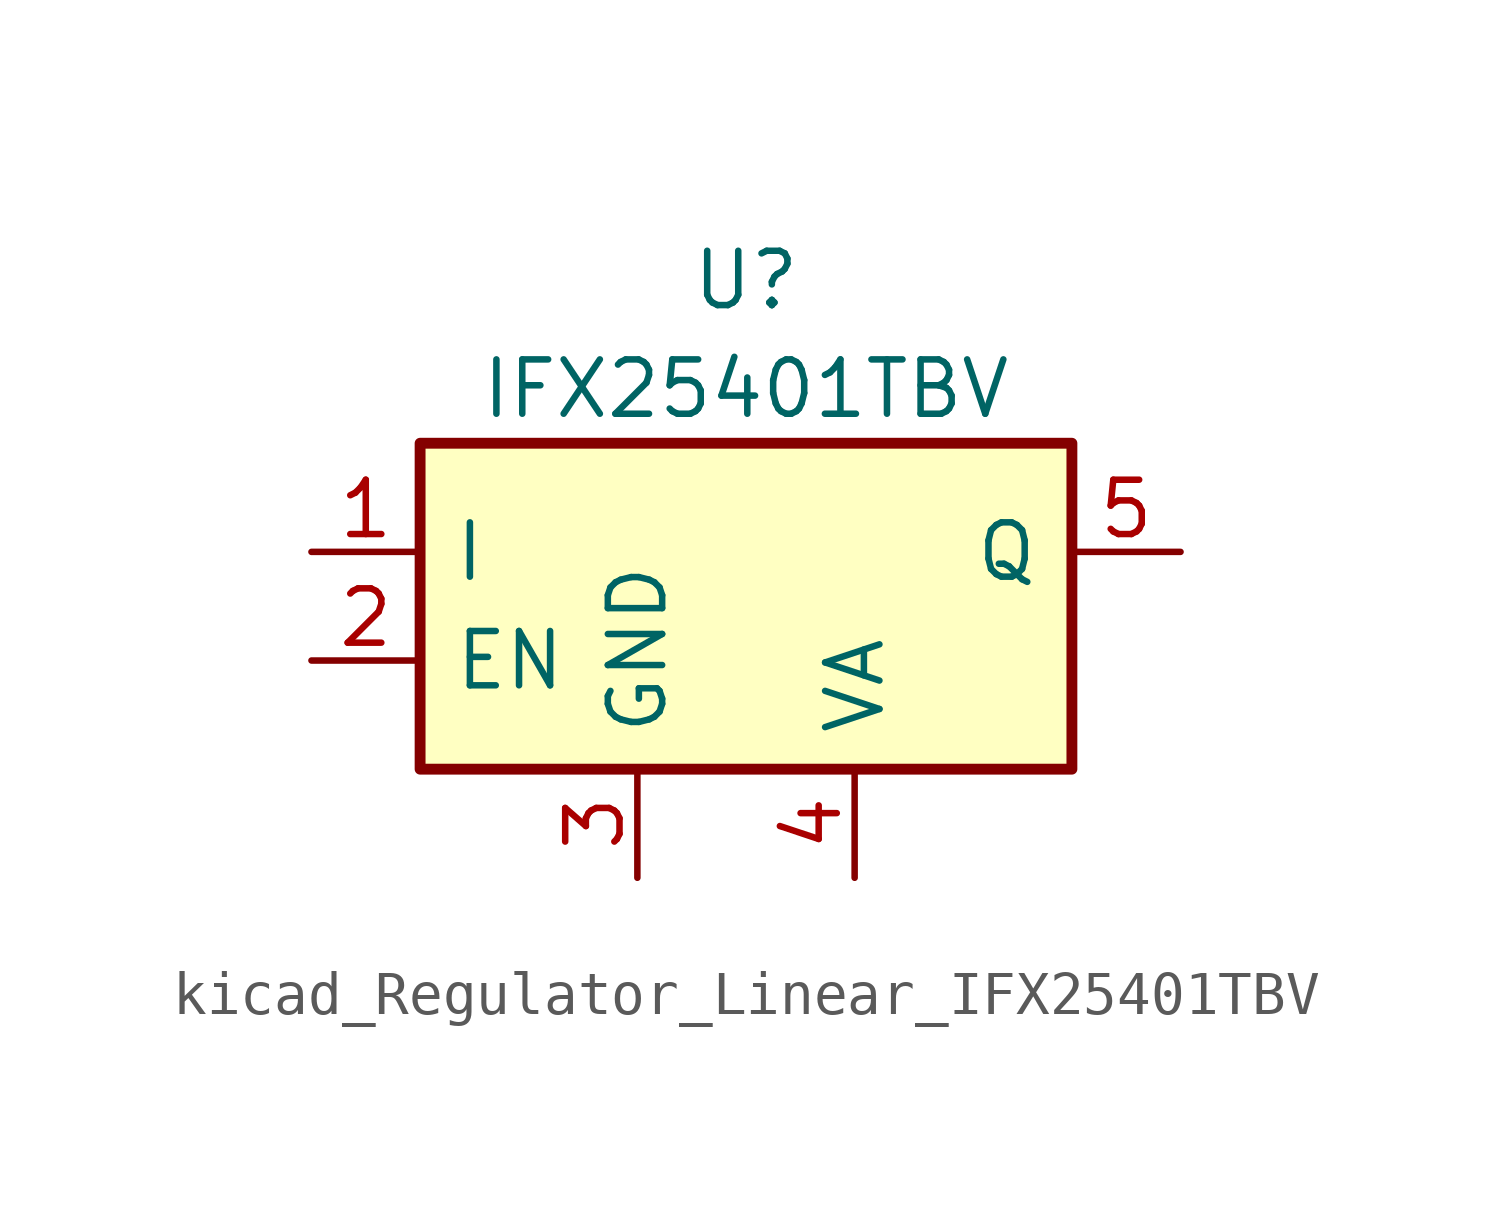
<source format=kicad_sym>
(kicad_symbol_lib
  (version 20220914)
  (generator kicad_symbol_editor)
  (symbol "kicad_Regulator_Linear_IFX25401TBV"
    (pin_names
      (offset 0.762))
    (property "Reference" "U"
      (at 0 6.35 0)
      (effects (font (size 1.27 1.27))))
    (property "Value" "IFX25401TBV"
      (at 0 3.81 0)
      (effects (font (size 1.27 1.27))))
    (symbol "kicad_Regulator_Linear_IFX25401TBV_0_1"
      (rectangle (start -7.62 2.54) (end 7.62 -5.08) (stroke (width 0.254) (type default)) (fill (type background))))
    (symbol "kicad_Regulator_Linear_IFX25401TBV_1_1"
      (pin power_in line (at -10.16 0 0) (length 2.54) (name "I" (effects (font (size 1.27 1.27)))) (number "1" (effects (font (size 1.27 1.27)))))
      (pin input line (at -10.16 -2.54 0) (length 2.54) (name "EN" (effects (font (size 1.27 1.27)))) (number "2" (effects (font (size 1.27 1.27)))))
      (pin power_in line (at -2.54 -7.62 90) (length 2.54) (name "GND" (effects (font (size 1.27 1.27)))) (number "3" (effects (font (size 1.27 1.27)))))
      (pin input line (at 2.54 -7.62 90) (length 2.54) (name "VA" (effects (font (size 1.27 1.27)))) (number "4" (effects (font (size 1.27 1.27)))))
      (pin power_out line (at 10.16 0 180) (length 2.54) (name "Q" (effects (font (size 1.27 1.27)))) (number "5" (effects (font (size 1.27 1.27))))))))
</source>
